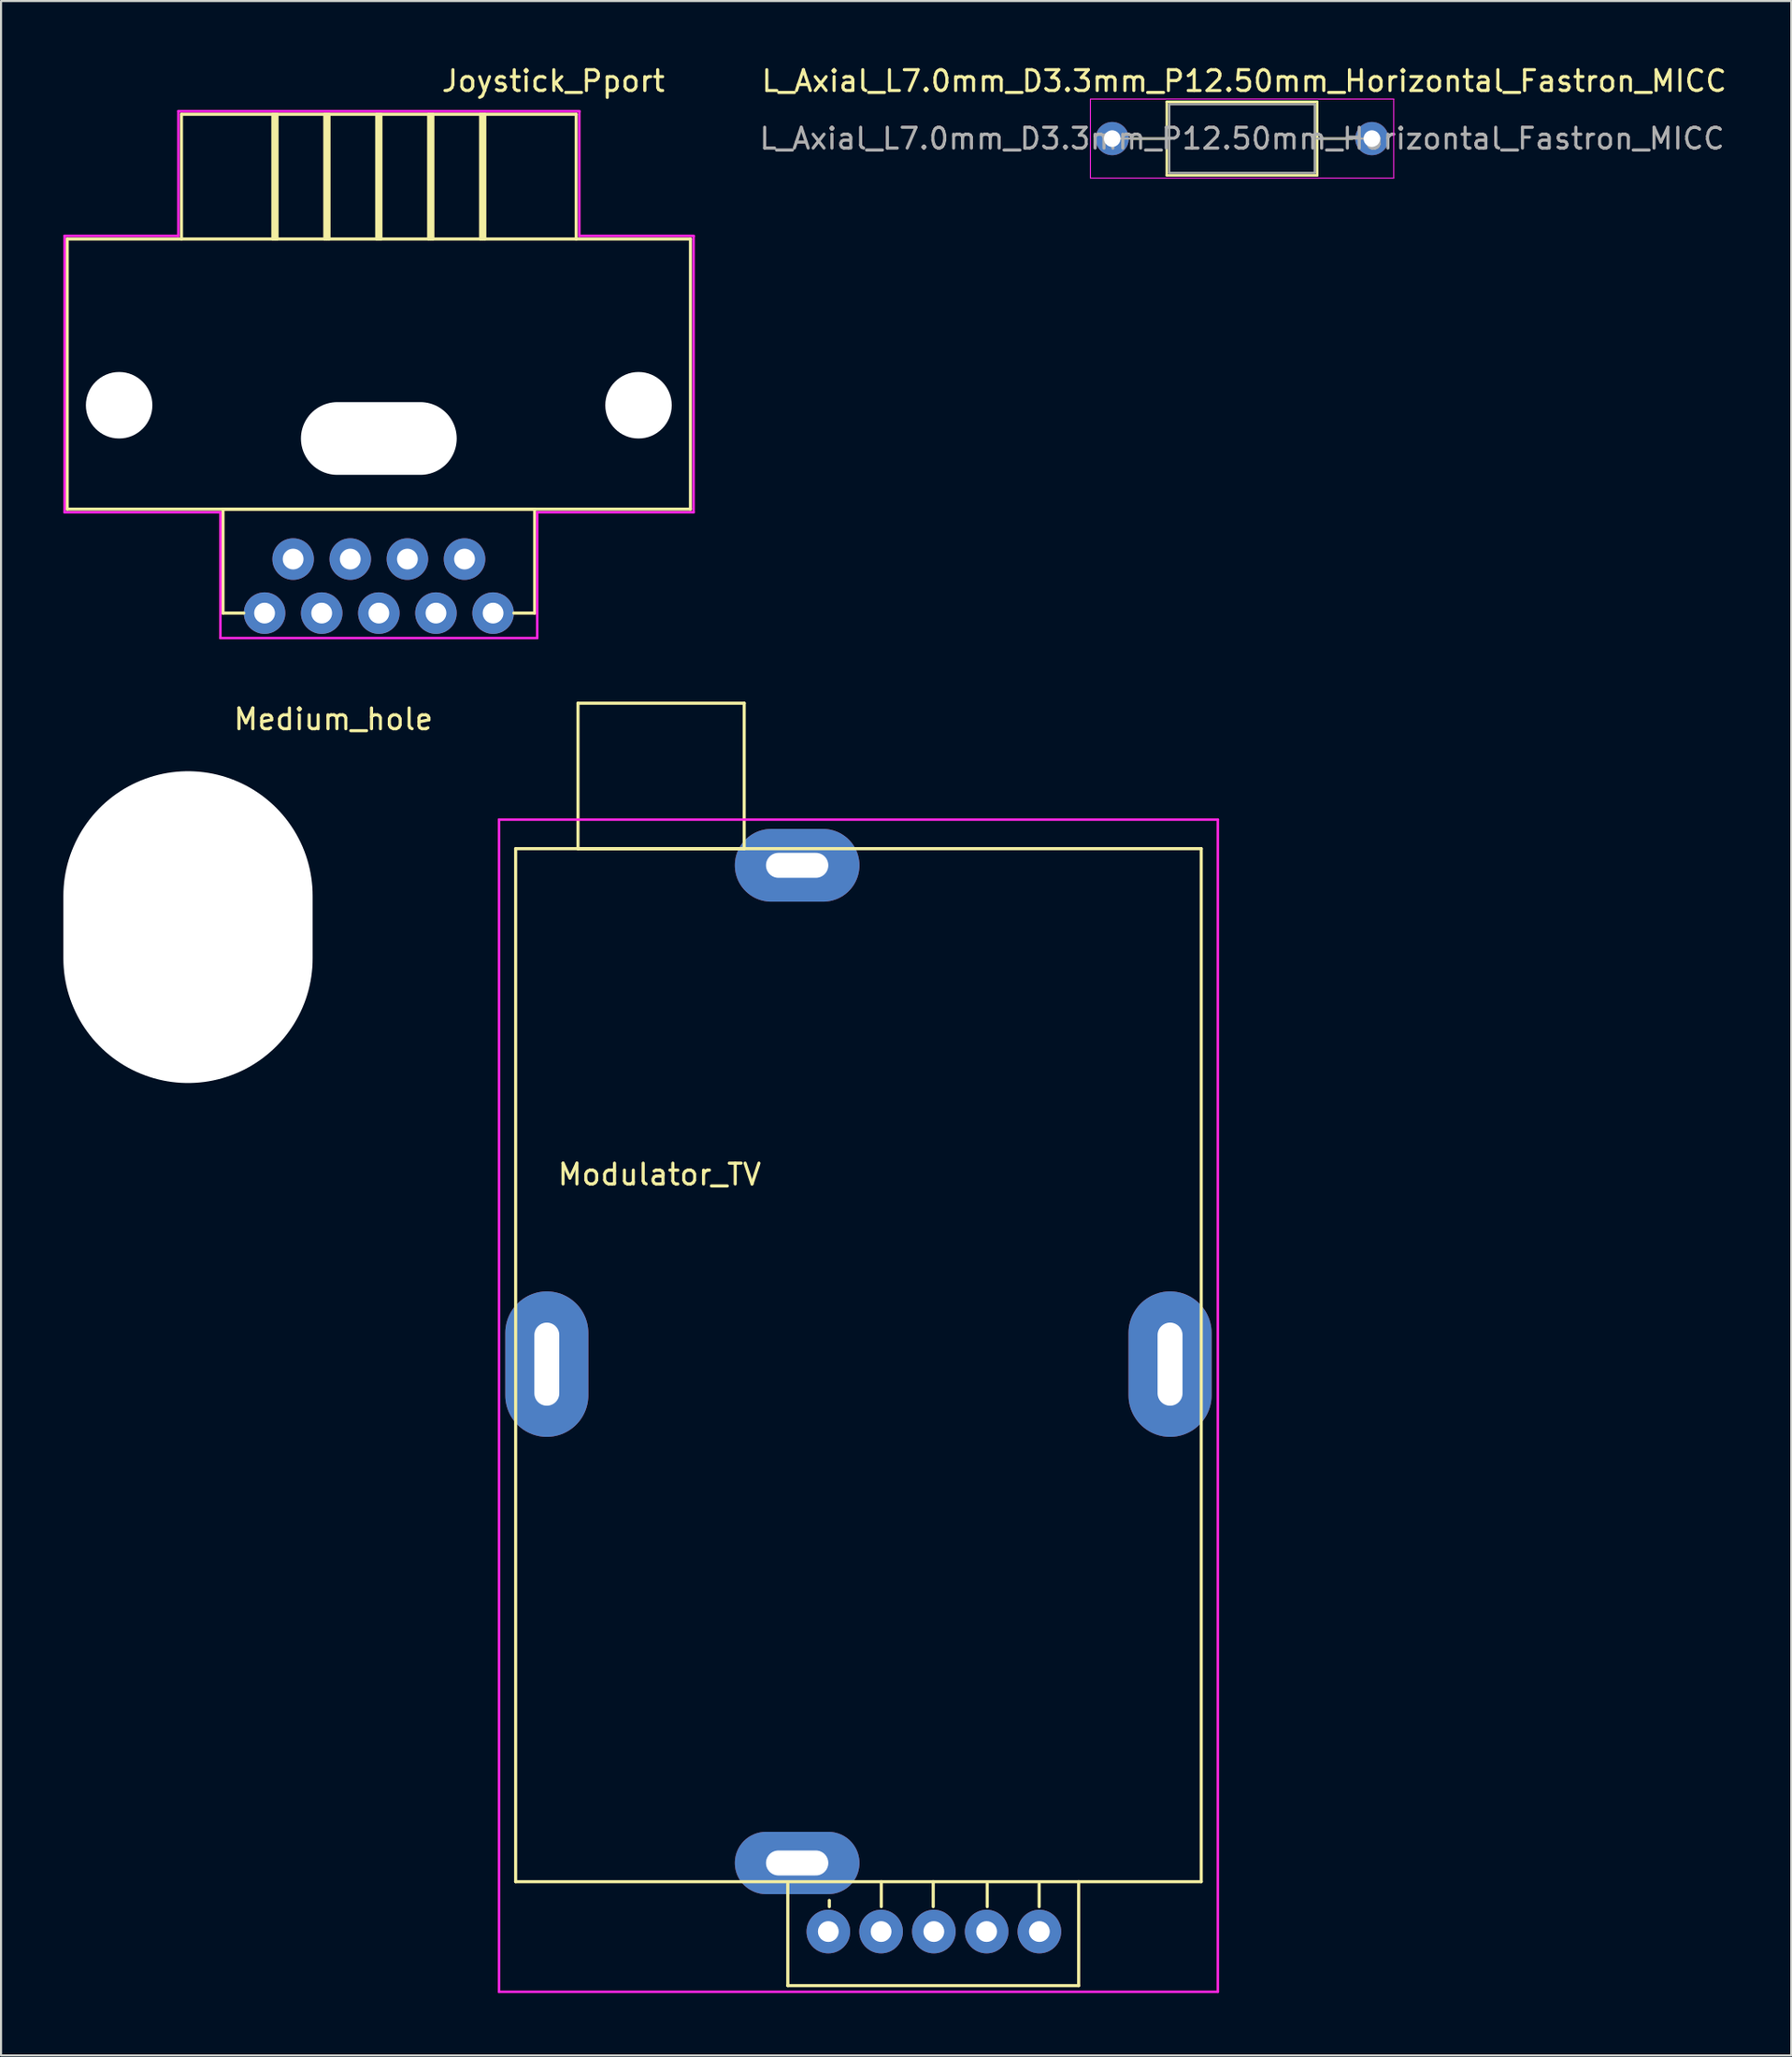
<source format=kicad_pcb>
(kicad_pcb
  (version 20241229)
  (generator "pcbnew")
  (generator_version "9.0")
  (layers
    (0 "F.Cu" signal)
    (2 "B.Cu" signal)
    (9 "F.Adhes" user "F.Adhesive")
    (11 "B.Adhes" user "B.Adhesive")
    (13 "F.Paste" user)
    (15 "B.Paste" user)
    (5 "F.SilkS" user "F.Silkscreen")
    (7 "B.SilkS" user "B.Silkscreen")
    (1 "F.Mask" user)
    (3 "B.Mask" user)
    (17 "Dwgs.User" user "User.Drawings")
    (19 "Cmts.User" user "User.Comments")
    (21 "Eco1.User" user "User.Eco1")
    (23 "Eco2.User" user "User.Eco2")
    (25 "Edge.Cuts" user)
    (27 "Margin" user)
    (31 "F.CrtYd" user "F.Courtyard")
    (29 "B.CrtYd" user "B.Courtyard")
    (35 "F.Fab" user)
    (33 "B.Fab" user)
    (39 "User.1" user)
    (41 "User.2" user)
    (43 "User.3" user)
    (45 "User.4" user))
  (footprint "Medium_hole"
    (layer "F.Cu")
    (at 6 41.556)
    (property "Reference" "Medium_hole" (at 7 -10 0) (layer "F.SilkS") (effects (font (size 1 1) (thickness 0.15))))
    (attr through_hole)
    (pad "" np_thru_hole oval (at 0 0) (size 12 15) (drill oval 12 15) (layers "*.Cu" "*.Mask")))
  (footprint "L_Axial_L7.0mm_D3.3mm_P12.50mm_Horizontal_Fastron_MICC"
    (layer "F.Cu")
    (at 50.486 3.618)
    (property "Reference" "L_Axial_L7.0mm_D3.3mm_P12.50mm_Horizontal_Fastron_MICC" (at 6.35 -2.77 0) (layer "F.SilkS") (effects (font (size 1 1) (thickness 0.15))))
    (attr through_hole)
    (fp_line (start 0.938 0) (end 2.628 0) (stroke (width 0.12) (type solid)) (layer "F.SilkS"))
    (fp_line (start 2.628 -1.77) (end 2.628 1.77) (stroke (width 0.12) (type solid)) (layer "F.SilkS"))
    (fp_line (start 2.628 1.77) (end 9.868 1.77) (stroke (width 0.12) (type solid)) (layer "F.SilkS"))
    (fp_line (start 9.868 -1.77) (end 2.628 -1.77) (stroke (width 0.12) (type solid)) (layer "F.SilkS"))
    (fp_line (start 9.868 1.77) (end 9.868 -1.77) (stroke (width 0.12) (type solid)) (layer "F.SilkS"))
    (fp_line (start 11.558 0) (end 9.868 0) (stroke (width 0.12) (type solid)) (layer "F.SilkS"))
    (fp_line (start -1.05 -1.9) (end -1.05 1.9) (stroke (width 0.05) (type solid)) (layer "F.CrtYd"))
    (fp_line (start -1.05 1.9) (end 13.55 1.9) (stroke (width 0.05) (type solid)) (layer "F.CrtYd"))
    (fp_line (start 13.55 -1.9) (end -1.05 -1.9) (stroke (width 0.05) (type solid)) (layer "F.CrtYd"))
    (fp_line (start 13.55 1.9) (end 13.55 -1.9) (stroke (width 0.05) (type solid)) (layer "F.CrtYd"))
    (fp_line (start 0 0) (end 2.85 0) (stroke (width 0.1) (type solid)) (layer "F.Fab"))
    (fp_line (start 2.748 -1.65) (end 2.748 1.65) (stroke (width 0.1) (type solid)) (layer "F.Fab"))
    (fp_line (start 2.748 1.65) (end 9.748 1.65) (stroke (width 0.1) (type solid)) (layer "F.Fab"))
    (fp_line (start 9.748 -1.65) (end 2.748 -1.65) (stroke (width 0.1) (type solid)) (layer "F.Fab"))
    (fp_line (start 9.748 1.65) (end 9.748 -1.65) (stroke (width 0.1) (type solid)) (layer "F.Fab"))
    (fp_line (start 12.7 0) (end 9.85 0) (stroke (width 0.1) (type solid)) (layer "F.Fab"))
    (fp_text user "${REFERENCE}" (at 6.248 0 0) (layer "F.Fab") (effects (font (size 1 1) (thickness 0.15))))
    (pad "1" thru_hole circle (at 0 0) (size 1.6 1.6) (drill 0.8) (layers "*.Cu" "*.Mask"))
    (pad "2" thru_hole oval (at 12.5 0) (size 1.6 1.6) (drill 0.8) (layers "*.Cu" "*.Mask")))
  (footprint "Modulator_TV"
    (layer "F.Cu")
    (at 23.271 62.583)
    (property "Reference" "Modulator_TV" (at 5.425 -9.125 0) (layer "F.SilkS") (effects (font (size 1 1) (thickness 0.15))))
    (attr through_hole)
    (fp_line (start -1.5 -24.8) (end -1.5 24.9) (stroke (width 0.15) (type solid)) (layer "F.SilkS"))
    (fp_line (start -1.5 -24.8) (end 31.5 -24.8) (stroke (width 0.15) (type solid)) (layer "F.SilkS"))
    (fp_line (start -1.5 24.9) (end 31.5 24.9) (stroke (width 0.15) (type solid)) (layer "F.SilkS"))
    (fp_line (start 1.5 -31.8) (end 9.5 -31.8) (stroke (width 0.15) (type solid)) (layer "F.SilkS"))
    (fp_line (start 1.5 -24.8) (end 1.5 -31.8) (stroke (width 0.15) (type solid)) (layer "F.SilkS"))
    (fp_line (start 9.5 -31.8) (end 9.5 -24.8) (stroke (width 0.15) (type solid)) (layer "F.SilkS"))
    (fp_line (start 9.5 -24.8) (end 1.5 -24.8) (stroke (width 0.15) (type solid)) (layer "F.SilkS"))
    (fp_line (start 11.6 29.9) (end 11.6 25) (stroke (width 0.15) (type solid)) (layer "F.SilkS"))
    (fp_line (start 11.6 29.9) (end 25.6 29.9) (stroke (width 0.15) (type solid)) (layer "F.SilkS"))
    (fp_line (start 13.6 25.8) (end 13.6 26.1) (stroke (width 0.15) (type solid)) (layer "F.SilkS"))
    (fp_line (start 16.1 24.9) (end 16.1 26.1) (stroke (width 0.15) (type solid)) (layer "F.SilkS"))
    (fp_line (start 18.6 24.9) (end 18.6 26.1) (stroke (width 0.15) (type solid)) (layer "F.SilkS"))
    (fp_line (start 21.2 25) (end 21.2 26.1) (stroke (width 0.15) (type solid)) (layer "F.SilkS"))
    (fp_line (start 23.7 25) (end 23.7 26.1) (stroke (width 0.15) (type solid)) (layer "F.SilkS"))
    (fp_line (start 25.6 24.9) (end 25.6 29.9) (stroke (width 0.15) (type solid)) (layer "F.SilkS"))
    (fp_line (start 31.5 24.9) (end 31.5 -24.8) (stroke (width 0.15) (type solid)) (layer "F.SilkS"))
    (fp_line (start -2.3 30.2) (end -2.3 -26.2) (stroke (width 0.12) (type solid)) (layer "F.CrtYd"))
    (fp_line (start 32.3 -26.2) (end -2.3 -26.2) (stroke (width 0.12) (type solid)) (layer "F.CrtYd"))
    (fp_line (start 32.3 -26.2) (end 32.3 30.2) (stroke (width 0.12) (type solid)) (layer "F.CrtYd"))
    (fp_line (start 32.3 30.2) (end -2.3 30.2) (stroke (width 0.12) (type solid)) (layer "F.CrtYd"))
    (pad "1" thru_hole circle (at 23.71 27.3) (size 2.1 2.1) (drill 1) (layers "*.Cu" "*.Mask"))
    (pad "2" thru_hole circle (at 21.17 27.3) (size 2.1 2.1) (drill 1) (layers "*.Cu" "*.Mask"))
    (pad "3" thru_hole circle (at 18.63 27.3) (size 2.1 2.1) (drill 1) (layers "*.Cu" "*.Mask"))
    (pad "4" thru_hole circle (at 16.09 27.3) (size 2.1 2.1) (drill 1) (layers "*.Cu" "*.Mask"))
    (pad "5" thru_hole circle (at 13.55 27.3) (size 2.1 2.1) (drill 1) (layers "*.Cu" "*.Mask"))
    (pad "6" thru_hole oval (at 12.05 24) (size 6 3) (drill oval 3 1.2) (layers "*.Cu" "*.Mask"))
    (pad "7" thru_hole oval (at 30 0) (size 4 7) (drill oval 1.2 4) (layers "*.Cu" "*.Mask"))
    (pad "8" thru_hole oval (at 0 0) (size 4 7) (drill oval 1.2 4) (layers "*.Cu" "*.Mask"))
    (pad "9" thru_hole oval (at 12.05 -24) (size 6 3.5) (drill oval 3 1.2) (layers "*.Cu" "*.Mask")))
  (footprint "Joystick_Pport"
    (layer "F.Cu")
    (at 2.685 16.448)
    (property "Reference" "Joystick_Pport" (at 20.9 -15.6 0) (layer "F.SilkS") (effects (font (size 1 1) (thickness 0.15))))
    (attr through_hole)
    (fp_line (start -2.5 -8) (end 27.5 -8) (stroke (width 0.15) (type solid)) (layer "F.SilkS"))
    (fp_line (start -2.5 5) (end -2.5 -8) (stroke (width 0.15) (type solid)) (layer "F.SilkS"))
    (fp_line (start 3 -14) (end 3 -8) (stroke (width 0.15) (type solid)) (layer "F.SilkS"))
    (fp_line (start 3 -14) (end 22 -14) (stroke (width 0.15) (type solid)) (layer "F.SilkS"))
    (fp_line (start 5 5) (end 5 10) (stroke (width 0.15) (type solid)) (layer "F.SilkS"))
    (fp_line (start 5 10) (end 6 10) (stroke (width 0.15) (type solid)) (layer "F.SilkS"))
    (fp_line (start 7.4 -14) (end 7.4 -8) (stroke (width 0.15) (type solid)) (layer "F.SilkS"))
    (fp_line (start 7.5 -14) (end 7.5 -8) (stroke (width 0.15) (type solid)) (layer "F.SilkS"))
    (fp_line (start 7.6 -14) (end 7.6 -8) (stroke (width 0.15) (type solid)) (layer "F.SilkS"))
    (fp_line (start 9.9 -14) (end 9.9 -8) (stroke (width 0.15) (type solid)) (layer "F.SilkS"))
    (fp_line (start 10 -14) (end 10 -8) (stroke (width 0.15) (type solid)) (layer "F.SilkS"))
    (fp_line (start 10.1 -14) (end 10.1 -8) (stroke (width 0.15) (type solid)) (layer "F.SilkS"))
    (fp_line (start 12.4 -14) (end 12.4 -8) (stroke (width 0.15) (type solid)) (layer "F.SilkS"))
    (fp_line (start 12.5 -14) (end 12.5 -8) (stroke (width 0.15) (type solid)) (layer "F.SilkS"))
    (fp_line (start 12.6 -14) (end 12.6 -8) (stroke (width 0.15) (type solid)) (layer "F.SilkS"))
    (fp_line (start 14.9 -14) (end 14.9 -8) (stroke (width 0.15) (type solid)) (layer "F.SilkS"))
    (fp_line (start 15 -14) (end 15 -8) (stroke (width 0.15) (type solid)) (layer "F.SilkS"))
    (fp_line (start 15.1 -14) (end 15.1 -8) (stroke (width 0.15) (type solid)) (layer "F.SilkS"))
    (fp_line (start 17.4 -14) (end 17.4 -8) (stroke (width 0.15) (type solid)) (layer "F.SilkS"))
    (fp_line (start 17.5 -14) (end 17.5 -8) (stroke (width 0.15) (type solid)) (layer "F.SilkS"))
    (fp_line (start 17.6 -14) (end 17.6 -8) (stroke (width 0.15) (type solid)) (layer "F.SilkS"))
    (fp_line (start 20 5) (end 5 5) (stroke (width 0.15) (type solid)) (layer "F.SilkS"))
    (fp_line (start 20 10) (end 19 10) (stroke (width 0.15) (type solid)) (layer "F.SilkS"))
    (fp_line (start 20 10) (end 20 5) (stroke (width 0.15) (type solid)) (layer "F.SilkS"))
    (fp_line (start 22 -14) (end 22 -8) (stroke (width 0.15) (type solid)) (layer "F.SilkS"))
    (fp_line (start 27.5 -8) (end 27.5 5) (stroke (width 0.15) (type solid)) (layer "F.SilkS"))
    (fp_line (start 27.5 5) (end -2.5 5) (stroke (width 0.15) (type solid)) (layer "F.SilkS"))
    (fp_line (start -2.625 -8.15) (end -2.625 5.15) (stroke (width 0.12) (type solid)) (layer "F.CrtYd"))
    (fp_line (start -2.625 5.15) (end 4.875 5.15) (stroke (width 0.12) (type solid)) (layer "F.CrtYd"))
    (fp_line (start 2.85 -14.15) (end 2.85 -8.15) (stroke (width 0.12) (type solid)) (layer "F.CrtYd"))
    (fp_line (start 2.85 -8.15) (end -2.625 -8.15) (stroke (width 0.12) (type solid)) (layer "F.CrtYd"))
    (fp_line (start 4.875 5.15) (end 4.875 11.2) (stroke (width 0.12) (type solid)) (layer "F.CrtYd"))
    (fp_line (start 4.875 11.2) (end 20.125 11.2) (stroke (width 0.12) (type solid)) (layer "F.CrtYd"))
    (fp_line (start 20.125 5.15) (end 27.625 5.15) (stroke (width 0.12) (type solid)) (layer "F.CrtYd"))
    (fp_line (start 20.125 11.2) (end 20.125 5.15) (stroke (width 0.12) (type solid)) (layer "F.CrtYd"))
    (fp_line (start 22.15 -14.15) (end 2.85 -14.15) (stroke (width 0.12) (type solid)) (layer "F.CrtYd"))
    (fp_line (start 22.15 -14.125) (end 22.15 -14.15) (stroke (width 0.12) (type solid)) (layer "F.CrtYd"))
    (fp_line (start 22.15 -8.15) (end 22.15 -14.125) (stroke (width 0.12) (type solid)) (layer "F.CrtYd"))
    (fp_line (start 27.625 5.15) (end 27.65 5.15) (stroke (width 0.12) (type solid)) (layer "F.CrtYd"))
    (fp_line (start 27.65 -8.15) (end 22.15 -8.15) (stroke (width 0.12) (type solid)) (layer "F.CrtYd"))
    (fp_line (start 27.65 -8.125) (end 27.65 -8.15) (stroke (width 0.12) (type solid)) (layer "F.CrtYd"))
    (fp_line (start 27.65 5.15) (end 27.65 -8.125) (stroke (width 0.12) (type solid)) (layer "F.CrtYd"))
    (pad "" np_thru_hole circle (at 0 0) (size 3.2 3.2) (drill 3.2) (layers "*.Cu" "*.Mask"))
    (pad "" np_thru_hole oval (at 12.5 1.6) (size 7.5 3.5) (drill oval 7.5 3.5) (layers "*.Cu" "*.Mask"))
    (pad "" np_thru_hole circle (at 25 0) (size 3.2 3.2) (drill 3.2) (layers "*.Cu" "*.Mask"))
    (pad "1" thru_hole circle (at 18 10 90) (size 2 2) (drill 1) (layers "*.Cu" "*.Mask"))
    (pad "2" thru_hole circle (at 15.25 10) (size 2 2) (drill 1) (layers "*.Cu" "*.Mask"))
    (pad "3" thru_hole circle (at 12.5 10) (size 2 2) (drill 1) (layers "*.Cu" "*.Mask"))
    (pad "4" thru_hole circle (at 9.75 10) (size 2 2) (drill 1) (layers "*.Cu" "*.Mask"))
    (pad "5" thru_hole circle (at 7 10) (size 2 2) (drill 1) (layers "*.Cu" "*.Mask"))
    (pad "6" thru_hole circle (at 16.625 7.4) (size 2 2) (drill 1) (layers "*.Cu" "*.Mask"))
    (pad "7" thru_hole circle (at 13.875 7.4) (size 2 2) (drill 1) (layers "*.Cu" "*.Mask"))
    (pad "8" thru_hole circle (at 11.125 7.4) (size 2 2) (drill 1) (layers "*.Cu" "*.Mask"))
    (pad "9" thru_hole circle (at 8.375 7.4) (size 2 2) (drill 1) (layers "*.Cu" "*.Mask")))
  (gr_rect
    (start -3 -3)
    (end 83.175 95.843)
    (stroke (width 0.1) (type default))
    (fill no)
    (layer "Edge.Cuts")))
</source>
